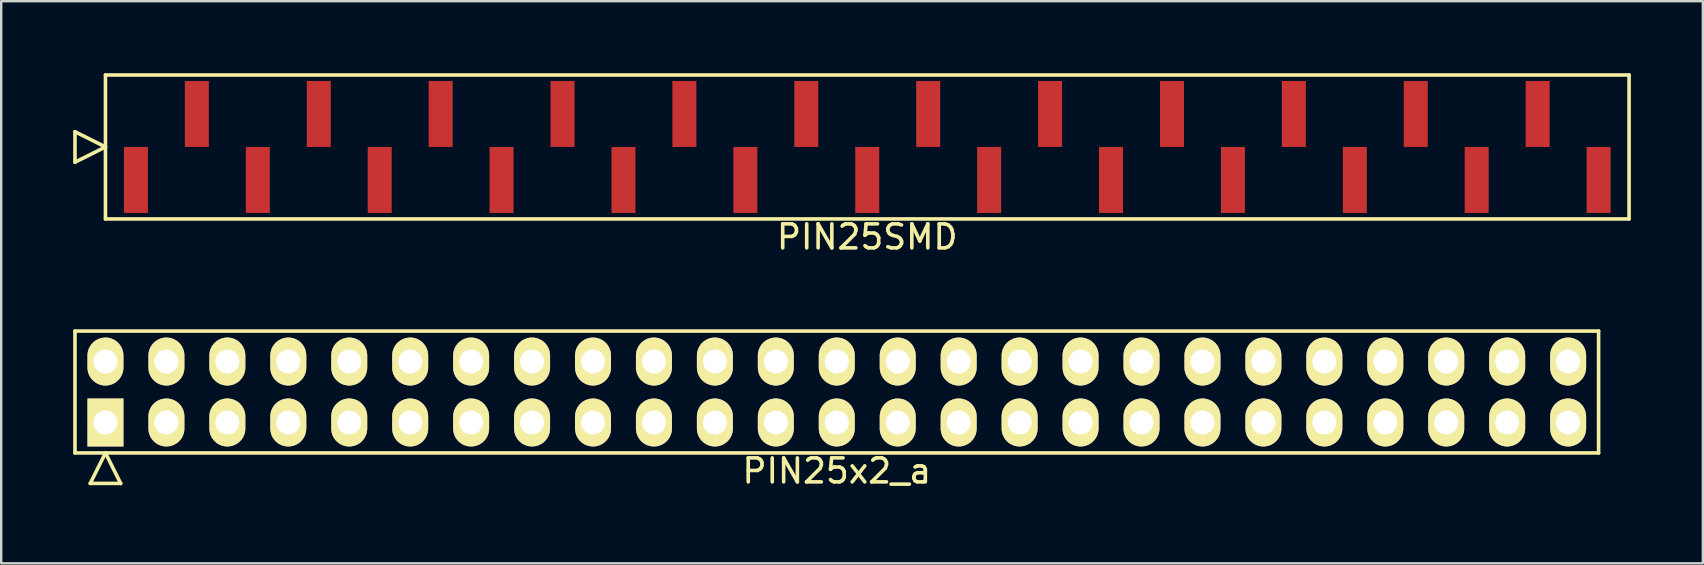
<source format=kicad_pcb>
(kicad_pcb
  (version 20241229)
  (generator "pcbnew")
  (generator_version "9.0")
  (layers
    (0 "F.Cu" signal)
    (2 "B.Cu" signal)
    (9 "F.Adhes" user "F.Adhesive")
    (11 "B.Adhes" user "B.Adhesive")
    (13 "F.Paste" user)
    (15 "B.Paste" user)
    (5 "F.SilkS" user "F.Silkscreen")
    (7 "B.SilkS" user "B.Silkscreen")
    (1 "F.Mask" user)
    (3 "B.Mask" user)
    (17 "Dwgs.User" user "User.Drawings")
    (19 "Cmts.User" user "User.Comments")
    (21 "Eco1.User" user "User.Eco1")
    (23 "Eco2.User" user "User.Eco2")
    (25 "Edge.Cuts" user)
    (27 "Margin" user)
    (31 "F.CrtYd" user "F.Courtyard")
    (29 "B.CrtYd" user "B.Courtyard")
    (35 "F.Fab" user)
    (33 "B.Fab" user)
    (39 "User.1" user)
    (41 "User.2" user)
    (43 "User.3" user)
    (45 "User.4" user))
  (footprint "PIN25x2_a"
    (layer "F.Cu")
    (at 31.825 13.288)
    (property "Reference" "PIN25x2_a" (at 0 3.29 0) (layer "F.SilkS") (effects (font (size 1 1) (thickness 0.15))))
    (attr through_hole)
    (fp_line (start -31.75 -2.54) (end -31.75 2.54) (stroke (width 0.15) (type solid)) (layer "F.SilkS"))
    (fp_line (start -31.75 2.54) (end 31.75 2.54) (stroke (width 0.15) (type solid)) (layer "F.SilkS"))
    (fp_line (start -31.115 3.81) (end -30.48 2.54) (stroke (width 0.15) (type solid)) (layer "F.SilkS"))
    (fp_line (start -31.115 3.81) (end -29.845 3.81) (stroke (width 0.15) (type solid)) (layer "F.SilkS"))
    (fp_line (start -29.845 3.81) (end -30.48 2.54) (stroke (width 0.15) (type solid)) (layer "F.SilkS"))
    (fp_line (start 31.75 -2.54) (end -31.75 -2.54) (stroke (width 0.15) (type solid)) (layer "F.SilkS"))
    (fp_line (start 31.75 2.54) (end 31.75 -2.54) (stroke (width 0.15) (type solid)) (layer "F.SilkS"))
    (pad "1" thru_hole rect (at -30.48 1.27) (size 1.5 2) (drill 1) (layers "*.Cu" "*.Mask" "F.SilkS"))
    (pad "2" thru_hole oval (at -30.48 -1.27) (size 1.5 2) (drill 1) (layers "*.Cu" "*.Mask" "F.SilkS"))
    (pad "3" thru_hole oval (at -27.94 1.27) (size 1.5 2) (drill 1) (layers "*.Cu" "*.Mask" "F.SilkS"))
    (pad "4" thru_hole oval (at -27.94 -1.27) (size 1.5 2) (drill 1) (layers "*.Cu" "*.Mask" "F.SilkS"))
    (pad "5" thru_hole oval (at -25.4 1.27) (size 1.5 2) (drill 1) (layers "*.Cu" "*.Mask" "F.SilkS"))
    (pad "6" thru_hole oval (at -25.4 -1.27) (size 1.5 2) (drill 1) (layers "*.Cu" "*.Mask" "F.SilkS"))
    (pad "7" thru_hole oval (at -22.86 1.27) (size 1.5 2) (drill 1) (layers "*.Cu" "*.Mask" "F.SilkS"))
    (pad "8" thru_hole oval (at -22.86 -1.27) (size 1.5 2) (drill 1) (layers "*.Cu" "*.Mask" "F.SilkS"))
    (pad "9" thru_hole oval (at -20.32 1.27) (size 1.5 2) (drill 1) (layers "*.Cu" "*.Mask" "F.SilkS"))
    (pad "10" thru_hole oval (at -20.32 -1.27) (size 1.5 2) (drill 1) (layers "*.Cu" "*.Mask" "F.SilkS"))
    (pad "11" thru_hole oval (at -17.78 1.27) (size 1.5 2) (drill 1) (layers "*.Cu" "*.Mask" "F.SilkS"))
    (pad "12" thru_hole oval (at -17.78 -1.27) (size 1.5 2) (drill 1) (layers "*.Cu" "*.Mask" "F.SilkS"))
    (pad "13" thru_hole oval (at -15.24 1.27) (size 1.5 2) (drill 1) (layers "*.Cu" "*.Mask" "F.SilkS"))
    (pad "14" thru_hole oval (at -15.24 -1.27) (size 1.5 2) (drill 1) (layers "*.Cu" "*.Mask" "F.SilkS"))
    (pad "15" thru_hole oval (at -12.7 1.27) (size 1.5 2) (drill 1) (layers "*.Cu" "*.Mask" "F.SilkS"))
    (pad "16" thru_hole oval (at -12.7 -1.27) (size 1.5 2) (drill 1) (layers "*.Cu" "*.Mask" "F.SilkS"))
    (pad "17" thru_hole oval (at -10.16 1.27) (size 1.5 2) (drill 1) (layers "*.Cu" "*.Mask" "F.SilkS"))
    (pad "18" thru_hole oval (at -10.16 -1.27) (size 1.5 2) (drill 1) (layers "*.Cu" "*.Mask" "F.SilkS"))
    (pad "19" thru_hole oval (at -7.62 1.27) (size 1.5 2) (drill 1) (layers "*.Cu" "*.Mask" "F.SilkS"))
    (pad "20" thru_hole oval (at -7.62 -1.27) (size 1.5 2) (drill 1) (layers "*.Cu" "*.Mask" "F.SilkS"))
    (pad "21" thru_hole oval (at -5.08 1.27) (size 1.5 2) (drill 1) (layers "*.Cu" "*.Mask" "F.SilkS"))
    (pad "22" thru_hole oval (at -5.08 -1.27) (size 1.5 2) (drill 1) (layers "*.Cu" "*.Mask" "F.SilkS"))
    (pad "23" thru_hole oval (at -2.54 1.27) (size 1.5 2) (drill 1) (layers "*.Cu" "*.Mask" "F.SilkS"))
    (pad "24" thru_hole oval (at -2.54 -1.27) (size 1.5 2) (drill 1) (layers "*.Cu" "*.Mask" "F.SilkS"))
    (pad "25" thru_hole oval (at 0 1.27) (size 1.5 2) (drill 1) (layers "*.Cu" "*.Mask" "F.SilkS"))
    (pad "26" thru_hole oval (at 0 -1.27) (size 1.5 2) (drill 1) (layers "*.Cu" "*.Mask" "F.SilkS"))
    (pad "27" thru_hole oval (at 2.54 1.27) (size 1.5 2) (drill 1) (layers "*.Cu" "*.Mask" "F.SilkS"))
    (pad "28" thru_hole oval (at 2.54 -1.27) (size 1.5 2) (drill 1) (layers "*.Cu" "*.Mask" "F.SilkS"))
    (pad "29" thru_hole oval (at 5.08 1.27) (size 1.5 2) (drill 1) (layers "*.Cu" "*.Mask" "F.SilkS"))
    (pad "30" thru_hole oval (at 5.08 -1.27) (size 1.5 2) (drill 1) (layers "*.Cu" "*.Mask" "F.SilkS"))
    (pad "31" thru_hole oval (at 7.62 1.27) (size 1.5 2) (drill 1) (layers "*.Cu" "*.Mask" "F.SilkS"))
    (pad "32" thru_hole oval (at 7.62 -1.27) (size 1.5 2) (drill 1) (layers "*.Cu" "*.Mask" "F.SilkS"))
    (pad "33" thru_hole oval (at 10.16 1.27) (size 1.5 2) (drill 1) (layers "*.Cu" "*.Mask" "F.SilkS"))
    (pad "34" thru_hole oval (at 10.16 -1.27) (size 1.5 2) (drill 1) (layers "*.Cu" "*.Mask" "F.SilkS"))
    (pad "35" thru_hole oval (at 12.7 1.27) (size 1.5 2) (drill 1) (layers "*.Cu" "*.Mask" "F.SilkS"))
    (pad "36" thru_hole oval (at 12.7 -1.27) (size 1.5 2) (drill 1) (layers "*.Cu" "*.Mask" "F.SilkS"))
    (pad "37" thru_hole oval (at 15.24 1.27) (size 1.5 2) (drill 1) (layers "*.Cu" "*.Mask" "F.SilkS"))
    (pad "38" thru_hole oval (at 15.24 -1.27) (size 1.5 2) (drill 1) (layers "*.Cu" "*.Mask" "F.SilkS"))
    (pad "39" thru_hole oval (at 17.78 1.27) (size 1.5 2) (drill 1) (layers "*.Cu" "*.Mask" "F.SilkS"))
    (pad "40" thru_hole oval (at 17.78 -1.27) (size 1.5 2) (drill 1) (layers "*.Cu" "*.Mask" "F.SilkS"))
    (pad "41" thru_hole oval (at 20.32 1.27) (size 1.5 2) (drill 1) (layers "*.Cu" "*.Mask" "F.SilkS"))
    (pad "42" thru_hole oval (at 20.32 -1.27) (size 1.5 2) (drill 1) (layers "*.Cu" "*.Mask" "F.SilkS"))
    (pad "43" thru_hole oval (at 22.86 1.27) (size 1.5 2) (drill 1) (layers "*.Cu" "*.Mask" "F.SilkS"))
    (pad "44" thru_hole oval (at 22.86 -1.27) (size 1.5 2) (drill 1) (layers "*.Cu" "*.Mask" "F.SilkS"))
    (pad "45" thru_hole oval (at 25.4 1.27) (size 1.5 2) (drill 1) (layers "*.Cu" "*.Mask" "F.SilkS"))
    (pad "46" thru_hole oval (at 25.4 -1.27) (size 1.5 2) (drill 1) (layers "*.Cu" "*.Mask" "F.SilkS"))
    (pad "47" thru_hole oval (at 27.94 1.27) (size 1.5 2) (drill 1) (layers "*.Cu" "*.Mask" "F.SilkS"))
    (pad "48" thru_hole oval (at 27.94 -1.27) (size 1.5 2) (drill 1) (layers "*.Cu" "*.Mask" "F.SilkS"))
    (pad "49" thru_hole oval (at 30.48 1.27) (size 1.5 2) (drill 1) (layers "*.Cu" "*.Mask" "F.SilkS"))
    (pad "50" thru_hole oval (at 30.48 -1.27) (size 1.5 2) (drill 1) (layers "*.Cu" "*.Mask" "F.SilkS")))
  (footprint "PIN25SMD"
    (layer "F.Cu")
    (at 33.095 3.075)
    (property "Reference" "PIN25SMD" (at 0 3.75 0) (layer "F.SilkS") (effects (font (size 1 1) (thickness 0.15))))
    (attr through_hole)
    (fp_line (start -33.02 0.635) (end -33.02 -0.635) (stroke (width 0.15) (type solid)) (layer "F.SilkS"))
    (fp_line (start -31.75 -3) (end -31.75 3) (stroke (width 0.15) (type solid)) (layer "F.SilkS"))
    (fp_line (start -31.75 0) (end -33.02 -0.635) (stroke (width 0.15) (type solid)) (layer "F.SilkS"))
    (fp_line (start -31.75 0) (end -33.02 0.635) (stroke (width 0.15) (type solid)) (layer "F.SilkS"))
    (fp_line (start -31.75 3) (end 31.75 3) (stroke (width 0.15) (type solid)) (layer "F.SilkS"))
    (fp_line (start 31.75 -3) (end -31.75 -3) (stroke (width 0.15) (type solid)) (layer "F.SilkS"))
    (fp_line (start 31.75 3) (end 31.75 -3) (stroke (width 0.15) (type solid)) (layer "F.SilkS"))
    (pad "1" smd rect (at -30.48 1.375) (size 1 2.75) (layers "F.Cu" "F.Mask" "F.Paste"))
    (pad "2" smd rect (at -27.94 -1.375) (size 1 2.75) (layers "F.Cu" "F.Mask" "F.Paste"))
    (pad "3" smd rect (at -25.4 1.375) (size 1 2.75) (layers "F.Cu" "F.Mask" "F.Paste"))
    (pad "4" smd rect (at -22.86 -1.375) (size 1 2.75) (layers "F.Cu" "F.Mask" "F.Paste"))
    (pad "5" smd rect (at -20.32 1.375) (size 1 2.75) (layers "F.Cu" "F.Mask" "F.Paste"))
    (pad "6" smd rect (at -17.78 -1.375) (size 1 2.75) (layers "F.Cu" "F.Mask" "F.Paste"))
    (pad "7" smd rect (at -15.24 1.375) (size 1 2.75) (layers "F.Cu" "F.Mask" "F.Paste"))
    (pad "8" smd rect (at -12.7 -1.375) (size 1 2.75) (layers "F.Cu" "F.Mask" "F.Paste"))
    (pad "9" smd rect (at -10.16 1.375) (size 1 2.75) (layers "F.Cu" "F.Mask" "F.Paste"))
    (pad "10" smd rect (at -7.62 -1.375) (size 1 2.75) (layers "F.Cu" "F.Mask" "F.Paste"))
    (pad "11" smd rect (at -5.08 1.375) (size 1 2.75) (layers "F.Cu" "F.Mask" "F.Paste"))
    (pad "12" smd rect (at -2.54 -1.375) (size 1 2.75) (layers "F.Cu" "F.Mask" "F.Paste"))
    (pad "13" smd rect (at 0 1.375) (size 1 2.75) (layers "F.Cu" "F.Mask" "F.Paste"))
    (pad "14" smd rect (at 2.54 -1.375) (size 1 2.75) (layers "F.Cu" "F.Mask" "F.Paste"))
    (pad "15" smd rect (at 5.08 1.375) (size 1 2.75) (layers "F.Cu" "F.Mask" "F.Paste"))
    (pad "16" smd rect (at 7.62 -1.375) (size 1 2.75) (layers "F.Cu" "F.Mask" "F.Paste"))
    (pad "17" smd rect (at 10.16 1.375) (size 1 2.75) (layers "F.Cu" "F.Mask" "F.Paste"))
    (pad "18" smd rect (at 12.7 -1.375) (size 1 2.75) (layers "F.Cu" "F.Mask" "F.Paste"))
    (pad "19" smd rect (at 15.24 1.375) (size 1 2.75) (layers "F.Cu" "F.Mask" "F.Paste"))
    (pad "20" smd rect (at 17.78 -1.375) (size 1 2.75) (layers "F.Cu" "F.Mask" "F.Paste"))
    (pad "21" smd rect (at 20.32 1.375) (size 1 2.75) (layers "F.Cu" "F.Mask" "F.Paste"))
    (pad "22" smd rect (at 22.86 -1.375) (size 1 2.75) (layers "F.Cu" "F.Mask" "F.Paste"))
    (pad "23" smd rect (at 25.4 1.375) (size 1 2.75) (layers "F.Cu" "F.Mask" "F.Paste"))
    (pad "24" smd rect (at 27.94 -1.375) (size 1 2.75) (layers "F.Cu" "F.Mask" "F.Paste"))
    (pad "25" smd rect (at 30.48 1.375) (size 1 2.75) (layers "F.Cu" "F.Mask" "F.Paste")))
  (gr_rect
    (start -3 -3)
    (end 67.92 20.427)
    (stroke (width 0.1) (type default))
    (fill no)
    (layer "Edge.Cuts")))
</source>
